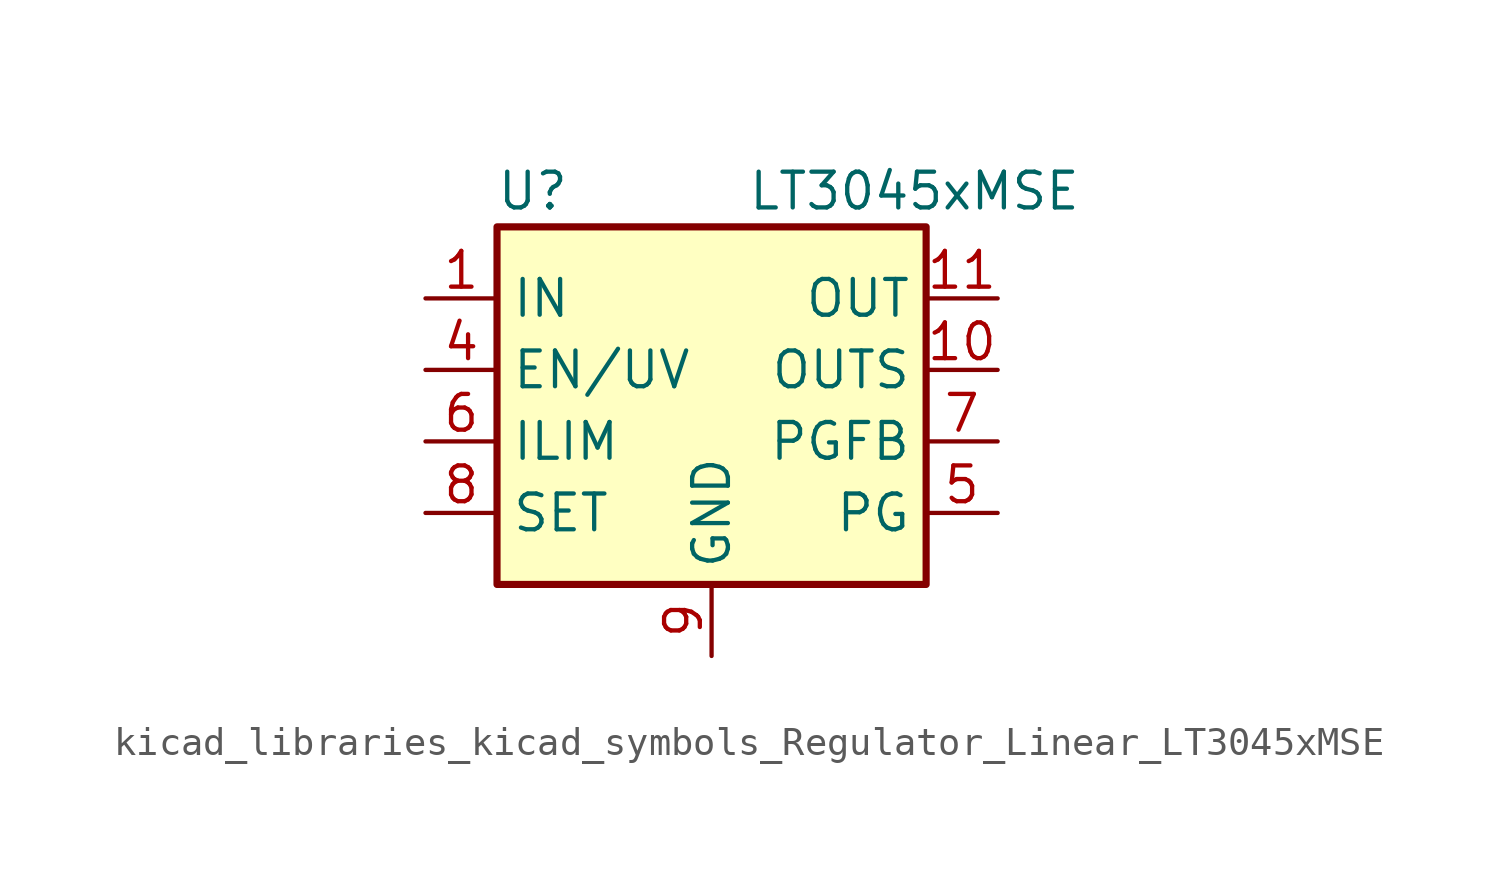
<source format=kicad_sym>
(kicad_symbol_lib
  (version 20220914)
  (generator kicad_symbol_editor)
  (symbol "kicad_libraries_kicad_symbols_Regulator_Linear_LT3045xMSE"
    (property "Reference" "U"
      (at -6.35 6.35 0)
      (effects (font (size 1.27 1.27))))
    (property "Value" "LT3045xMSE"
      (at 1.27 6.35 0)
      (effects (font (size 1.27 1.27)) (justify left)))
    (symbol "kicad_libraries_kicad_symbols_Regulator_Linear_LT3045xMSE_0_1"
      (rectangle (start -7.62 5.08) (end 7.62 -7.62) (stroke (width 0.254) (type default)) (fill (type background))))
    (symbol "kicad_libraries_kicad_symbols_Regulator_Linear_LT3045xMSE_1_1"
      (pin power_in line (at -10.16 2.54 0) (length 2.54) (name "IN" (effects (font (size 1.27 1.27)))) (number "1" (effects (font (size 1.27 1.27)))))
      (pin input line (at 10.16 0 180) (length 2.54) (name "OUTS" (effects (font (size 1.27 1.27)))) (number "10" (effects (font (size 1.27 1.27)))))
      (pin power_out line (at 10.16 2.54 180) (length 2.54) (name "OUT" (effects (font (size 1.27 1.27)))) (number "11" (effects (font (size 1.27 1.27)))))
      (pin passive line (at 10.16 2.54 180) (length 2.54) hide (name "OUT" (effects (font (size 1.27 1.27)))) (number "12" (effects (font (size 1.27 1.27)))))
      (pin passive line (at 0 -10.16 90) (length 2.54) hide (name "GND" (effects (font (size 1.27 1.27)))) (number "13" (effects (font (size 1.27 1.27)))))
      (pin passive line (at -10.16 2.54 0) (length 2.54) hide (name "IN" (effects (font (size 1.27 1.27)))) (number "2" (effects (font (size 1.27 1.27)))))
      (pin passive line (at -10.16 2.54 0) (length 2.54) hide (name "IN" (effects (font (size 1.27 1.27)))) (number "3" (effects (font (size 1.27 1.27)))))
      (pin input line (at -10.16 0 0) (length 2.54) (name "EN/UV" (effects (font (size 1.27 1.27)))) (number "4" (effects (font (size 1.27 1.27)))))
      (pin open_collector line (at 10.16 -5.08 180) (length 2.54) (name "PG" (effects (font (size 1.27 1.27)))) (number "5" (effects (font (size 1.27 1.27)))))
      (pin passive line (at -10.16 -2.54 0) (length 2.54) (name "ILIM" (effects (font (size 1.27 1.27)))) (number "6" (effects (font (size 1.27 1.27)))))
      (pin input line (at 10.16 -2.54 180) (length 2.54) (name "PGFB" (effects (font (size 1.27 1.27)))) (number "7" (effects (font (size 1.27 1.27)))))
      (pin passive line (at -10.16 -5.08 0) (length 2.54) (name "SET" (effects (font (size 1.27 1.27)))) (number "8" (effects (font (size 1.27 1.27)))))
      (pin power_in line (at 0 -10.16 90) (length 2.54) (name "GND" (effects (font (size 1.27 1.27)))) (number "9" (effects (font (size 1.27 1.27))))))))
</source>
